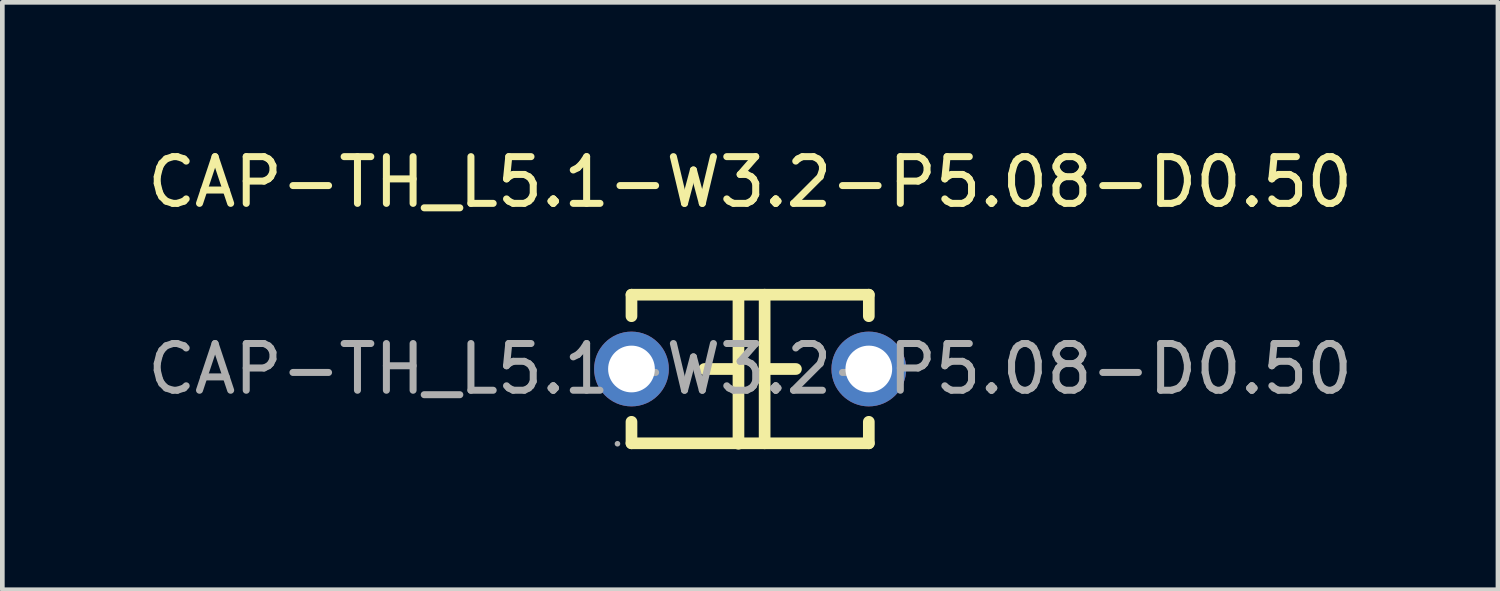
<source format=kicad_pcb>
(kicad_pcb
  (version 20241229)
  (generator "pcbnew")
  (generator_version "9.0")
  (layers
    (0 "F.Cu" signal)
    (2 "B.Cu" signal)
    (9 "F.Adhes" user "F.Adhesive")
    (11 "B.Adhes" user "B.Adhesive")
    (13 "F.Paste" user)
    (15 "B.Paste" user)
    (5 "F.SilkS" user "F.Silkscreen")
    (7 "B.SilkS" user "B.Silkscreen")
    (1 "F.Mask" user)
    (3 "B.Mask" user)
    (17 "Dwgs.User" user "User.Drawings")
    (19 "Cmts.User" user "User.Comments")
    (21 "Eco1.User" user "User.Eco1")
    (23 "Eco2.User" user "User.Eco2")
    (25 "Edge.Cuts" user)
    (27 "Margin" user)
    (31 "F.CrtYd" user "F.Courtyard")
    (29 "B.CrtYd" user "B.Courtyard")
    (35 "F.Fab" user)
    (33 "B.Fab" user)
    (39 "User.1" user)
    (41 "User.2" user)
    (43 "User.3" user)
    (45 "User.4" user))
  (footprint "CAP-TH_L5.1-W3.2-P5.08-D0.50"
    (layer "F.Cu")
    (at 13.006 4.848)
    (property "Reference" "CAP-TH_L5.1-W3.2-P5.08-D0.50" (at 0 -4 0) (layer "F.SilkS") (effects (font (size 1 1) (thickness 0.15))))
    (attr through_hole)
    (fp_line (start -2.54 -1.59) (end -2.54 -1.13) (stroke (width 0.25) (type solid)) (layer "F.SilkS"))
    (fp_line (start -2.54 -1.59) (end 2.54 -1.59) (stroke (width 0.25) (type solid)) (layer "F.SilkS"))
    (fp_line (start -2.54 1.13) (end -2.54 1.59) (stroke (width 0.25) (type solid)) (layer "F.SilkS"))
    (fp_line (start -0.32 0) (end -0.98 0) (stroke (width 0.25) (type solid)) (layer "F.SilkS"))
    (fp_line (start -0.25 -1.58) (end -0.25 1.6) (stroke (width 0.25) (type solid)) (layer "F.SilkS"))
    (fp_line (start 0.31 -1.59) (end 0.31 1.59) (stroke (width 0.25) (type solid)) (layer "F.SilkS"))
    (fp_line (start 0.31 0) (end 0.98 0) (stroke (width 0.25) (type solid)) (layer "F.SilkS"))
    (fp_line (start 2.54 -1.59) (end 2.54 -1.13) (stroke (width 0.25) (type solid)) (layer "F.SilkS"))
    (fp_line (start 2.54 1.13) (end 2.54 1.59) (stroke (width 0.25) (type solid)) (layer "F.SilkS"))
    (fp_line (start 2.54 1.59) (end -2.54 1.59) (stroke (width 0.25) (type solid)) (layer "F.SilkS"))
    (fp_circle (center -2.84 1.6) (end -2.81 1.6) (stroke (width 0.06) (type solid)) (fill no) (layer "F.Fab"))
    (fp_circle (center -2.54 0) (end -2.39 0) (stroke (width 0.3) (type solid)) (fill no) (layer "F.Fab"))
    (fp_circle (center 2.54 0) (end 2.69 0) (stroke (width 0.3) (type solid)) (fill no) (layer "F.Fab"))
    (fp_text user "${REFERENCE}" (at 0 0 0) (layer "F.Fab") (effects (font (size 1 1) (thickness 0.15))))
    (pad "1" thru_hole circle (at -2.54 0) (size 1.6 1.6) (drill 1) (layers "*.Cu" "*.Mask"))
    (pad "2" thru_hole circle (at 2.54 0) (size 1.6 1.6) (drill 1) (layers "*.Cu" "*.Mask")))
  (gr_rect
    (start -3 -3)
    (end 29.012 9.573)
    (stroke (width 0.1) (type default))
    (fill no)
    (layer "Edge.Cuts")))
</source>
